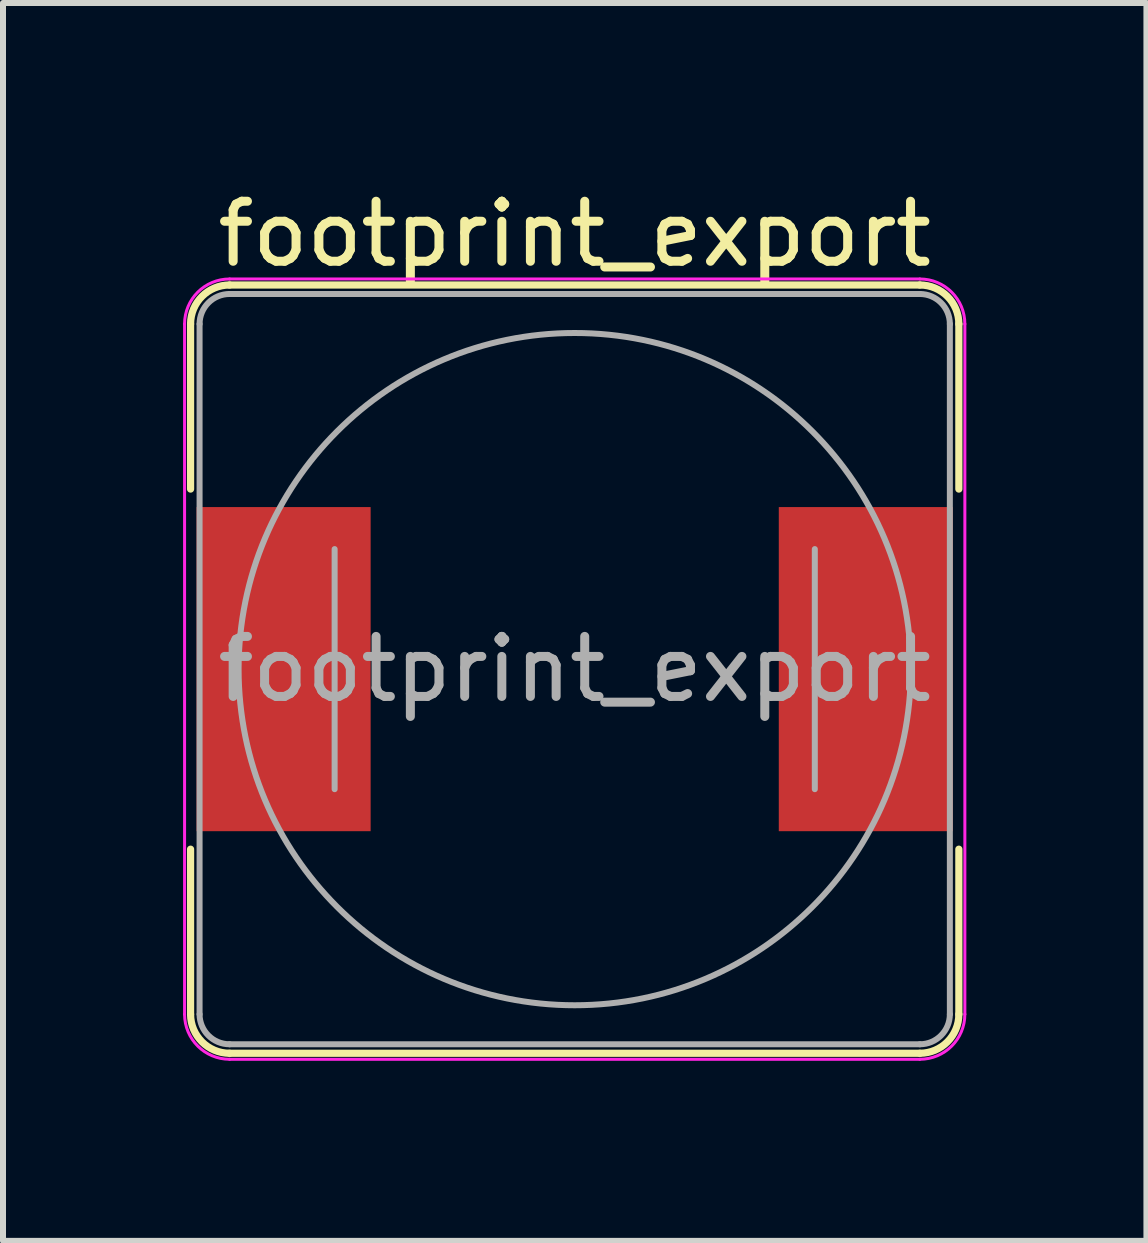
<source format=kicad_pcb>
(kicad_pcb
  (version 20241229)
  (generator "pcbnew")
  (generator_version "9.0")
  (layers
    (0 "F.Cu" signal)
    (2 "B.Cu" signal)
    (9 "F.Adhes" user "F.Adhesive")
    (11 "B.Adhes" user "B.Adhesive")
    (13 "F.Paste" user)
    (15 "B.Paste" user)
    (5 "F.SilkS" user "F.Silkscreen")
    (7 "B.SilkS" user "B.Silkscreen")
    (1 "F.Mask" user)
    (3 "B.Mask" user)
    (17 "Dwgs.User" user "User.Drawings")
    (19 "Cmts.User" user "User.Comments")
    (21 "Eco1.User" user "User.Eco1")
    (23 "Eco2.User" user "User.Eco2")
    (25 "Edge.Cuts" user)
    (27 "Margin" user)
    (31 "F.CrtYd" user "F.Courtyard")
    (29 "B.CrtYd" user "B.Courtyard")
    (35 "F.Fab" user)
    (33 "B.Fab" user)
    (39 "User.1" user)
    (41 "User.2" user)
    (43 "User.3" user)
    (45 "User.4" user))
  (footprint "footprint_export"
    (layer "F.Cu")
    (at 6.525 8.098)
    (property "Reference" "footprint_export" (at 0 -7.25 0) (layer "F.SilkS") (effects (font (size 1 1) (thickness 0.15))))
    (attr smd)
    (fp_line (start -6.4 -5.75) (end -6.4 -3) (stroke (width 0.12) (type solid)) (layer "F.SilkS"))
    (fp_line (start -6.4 3) (end -6.4 5.75) (stroke (width 0.12) (type solid)) (layer "F.SilkS"))
    (fp_line (start -5.75 -6.4) (end 5.75 -6.4) (stroke (width 0.12) (type solid)) (layer "F.SilkS"))
    (fp_line (start 5.75 6.4) (end -5.75 6.4) (stroke (width 0.12) (type solid)) (layer "F.SilkS"))
    (fp_line (start 6.4 -5.75) (end 6.4 -3) (stroke (width 0.12) (type solid)) (layer "F.SilkS"))
    (fp_line (start 6.4 3) (end 6.4 5.75) (stroke (width 0.12) (type solid)) (layer "F.SilkS"))
    (fp_arc (start -6.4 -5.75) (mid -6.209619 -6.209619) (end -5.75 -6.4) (stroke (width 0.12) (type solid)) (layer "F.SilkS"))
    (fp_arc (start -5.75 6.4) (mid -6.209619 6.209619) (end -6.4 5.75) (stroke (width 0.12) (type solid)) (layer "F.SilkS"))
    (fp_arc (start 5.75 -6.4) (mid 6.209619 -6.209619) (end 6.4 -5.75) (stroke (width 0.12) (type solid)) (layer "F.SilkS"))
    (fp_arc (start 6.4 5.75) (mid 6.209619 6.209619) (end 5.75 6.4) (stroke (width 0.12) (type solid)) (layer "F.SilkS"))
    (fp_line (start -6.5 5.75) (end -6.5 -5.75) (stroke (width 0.05) (type solid)) (layer "F.CrtYd"))
    (fp_line (start -5.75 -6.5) (end 5.75 -6.5) (stroke (width 0.05) (type solid)) (layer "F.CrtYd"))
    (fp_line (start 5.75 6.5) (end -5.75 6.5) (stroke (width 0.05) (type solid)) (layer "F.CrtYd"))
    (fp_line (start 6.5 -5.75) (end 6.5 5.75) (stroke (width 0.05) (type solid)) (layer "F.CrtYd"))
    (fp_arc (start -6.5 -5.75) (mid -6.28033 -6.28033) (end -5.75 -6.5) (stroke (width 0.05) (type solid)) (layer "F.CrtYd"))
    (fp_arc (start -5.75 6.5) (mid -6.28033 6.28033) (end -6.5 5.75) (stroke (width 0.05) (type solid)) (layer "F.CrtYd"))
    (fp_arc (start 5.75 -6.5) (mid 6.28033 -6.28033) (end 6.5 -5.75) (stroke (width 0.05) (type solid)) (layer "F.CrtYd"))
    (fp_arc (start 6.5 5.75) (mid 6.28033 6.28033) (end 5.75 6.5) (stroke (width 0.05) (type solid)) (layer "F.CrtYd"))
    (fp_line (start -6.25 -5.75) (end -6.25 5.75) (stroke (width 0.1) (type solid)) (layer "F.Fab"))
    (fp_line (start -5.75 -6.25) (end 5.75 -6.25) (stroke (width 0.1) (type solid)) (layer "F.Fab"))
    (fp_line (start -4 2) (end -4 -2) (stroke (width 0.1) (type solid)) (layer "F.Fab"))
    (fp_line (start 4 -2) (end 4 2) (stroke (width 0.1) (type solid)) (layer "F.Fab"))
    (fp_line (start 5.75 6.25) (end -5.75 6.25) (stroke (width 0.1) (type solid)) (layer "F.Fab"))
    (fp_line (start 6.25 -5.75) (end 6.25 5.75) (stroke (width 0.1) (type solid)) (layer "F.Fab"))
    (fp_arc (start -6.25 -5.75) (mid -6.103553 -6.103553) (end -5.75 -6.25) (stroke (width 0.1) (type solid)) (layer "F.Fab"))
    (fp_arc (start -5.75 6.25) (mid -6.103553 6.103553) (end -6.25 5.75) (stroke (width 0.1) (type solid)) (layer "F.Fab"))
    (fp_arc (start 5.75 -6.25) (mid 6.103553 -6.103553) (end 6.25 -5.75) (stroke (width 0.1) (type solid)) (layer "F.Fab"))
    (fp_arc (start 6.25 5.75) (mid 6.103553 6.103553) (end 5.75 6.25) (stroke (width 0.1) (type solid)) (layer "F.Fab"))
    (fp_circle (center 0 0) (end 0 -5.6) (stroke (width 0.1) (type solid)) (fill no) (layer "F.Fab"))
    (fp_text user "${REFERENCE}" (at 0 0 0) (layer "F.Fab") (effects (font (size 1 1) (thickness 0.15))))
    (pad "1" smd rect (at -4.85 0) (size 2.9 5.4) (layers "F.Cu" "F.Mask" "F.Paste"))
    (pad "2" smd rect (at 4.85 0) (size 2.9 5.4) (layers "F.Cu" "F.Mask" "F.Paste")))
  (gr_rect
    (start -3 -3)
    (end 16.05 17.623)
    (stroke (width 0.1) (type default))
    (fill no)
    (layer "Edge.Cuts")))
</source>
